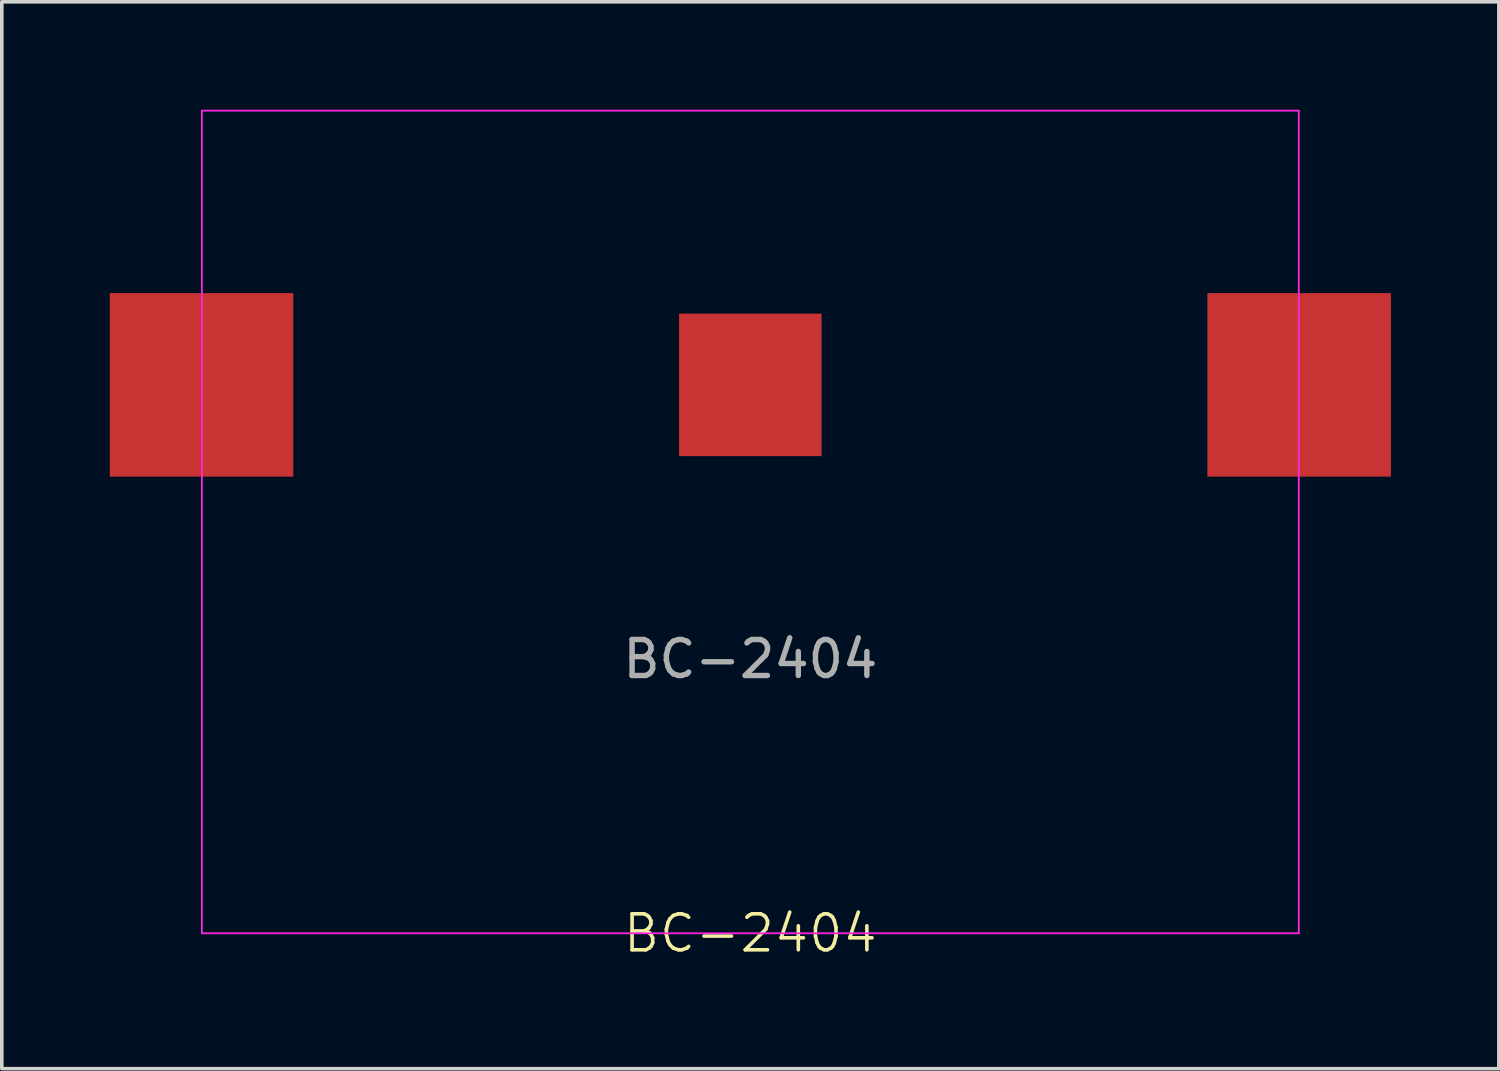
<source format=kicad_pcb>
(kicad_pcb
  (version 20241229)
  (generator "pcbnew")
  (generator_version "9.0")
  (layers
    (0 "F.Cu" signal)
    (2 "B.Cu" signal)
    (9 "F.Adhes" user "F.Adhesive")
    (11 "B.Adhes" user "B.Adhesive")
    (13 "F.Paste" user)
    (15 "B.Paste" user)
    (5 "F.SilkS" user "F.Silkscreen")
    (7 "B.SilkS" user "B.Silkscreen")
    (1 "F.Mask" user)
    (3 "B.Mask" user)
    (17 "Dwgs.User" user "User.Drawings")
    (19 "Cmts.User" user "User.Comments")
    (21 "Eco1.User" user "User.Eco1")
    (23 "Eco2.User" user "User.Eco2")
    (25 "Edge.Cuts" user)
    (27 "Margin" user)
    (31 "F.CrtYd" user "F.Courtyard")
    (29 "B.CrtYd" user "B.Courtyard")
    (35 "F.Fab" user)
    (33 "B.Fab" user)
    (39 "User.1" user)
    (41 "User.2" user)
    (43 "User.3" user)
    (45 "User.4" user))
  (footprint "BC-2404"
    (layer "F.Cu")
    (at 17.8 7.645)
    (property "Reference" "BC-2404" (at 0 15.24 0) (unlocked yes) (layer "F.SilkS") (effects (font (size 1 1) (thickness 0.1))))
    (attr smd)
    (fp_line (start -15.24 -7.62) (end -15.24 15.24) (stroke (width 0.05) (type default)) (layer "F.CrtYd"))
    (fp_line (start -15.24 15.24) (end 15.24 15.24) (stroke (width 0.05) (type default)) (layer "F.CrtYd"))
    (fp_line (start 15.24 -7.62) (end -15.24 -7.62) (stroke (width 0.05) (type default)) (layer "F.CrtYd"))
    (fp_line (start 15.24 15.24) (end 15.24 -7.62) (stroke (width 0.05) (type default)) (layer "F.CrtYd"))
    (fp_text user "${REFERENCE}" (at 0 7.62 0) (unlocked yes) (layer "F.Fab") (effects (font (size 1 1) (thickness 0.15))))
    (pad "1" smd rect (at -15.25 0) (size 5.1 5.1) (layers "F.Cu" "F.Mask" "F.Paste"))
    (pad "2" smd rect (at 0 0) (size 3.96 3.96) (layers "F.Cu" "F.Mask" "F.Paste"))
    (pad "3" smd rect (at 15.25 0) (size 5.1 5.1) (layers "F.Cu" "F.Mask" "F.Paste")))
  (gr_rect
    (start -3 -3)
    (end 38.6 26.645)
    (stroke (width 0.1) (type default))
    (fill no)
    (layer "Edge.Cuts")))
</source>
